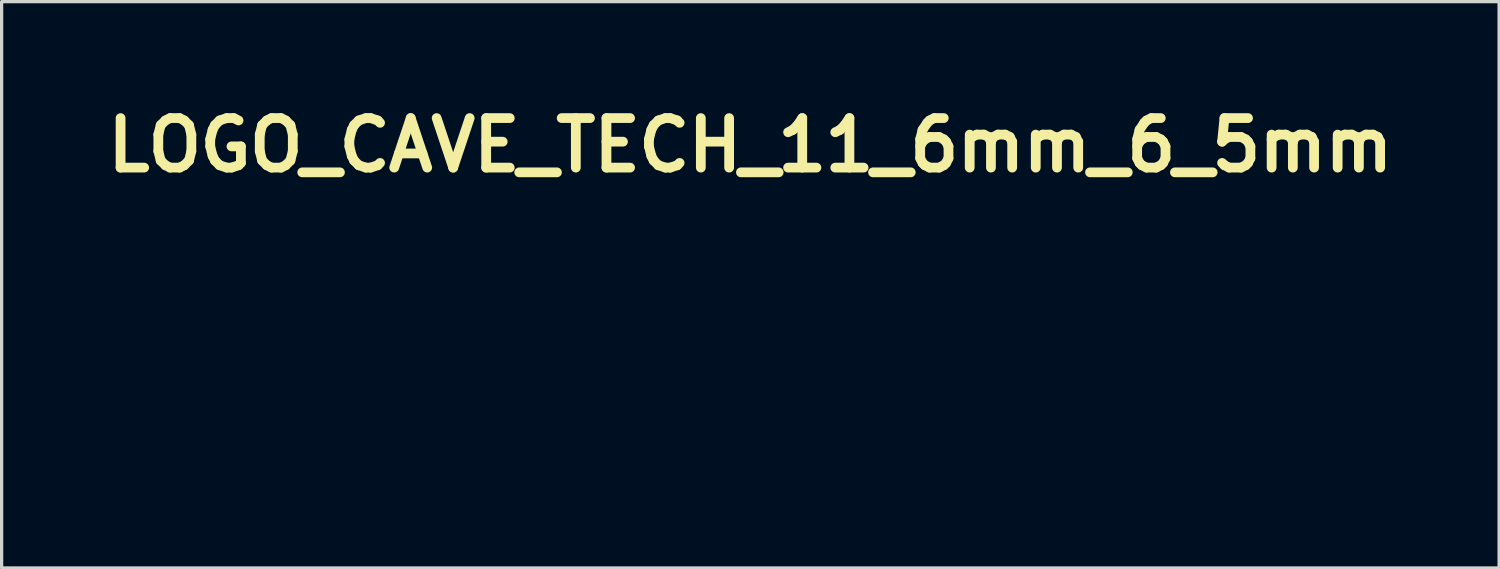
<source format=kicad_pcb>
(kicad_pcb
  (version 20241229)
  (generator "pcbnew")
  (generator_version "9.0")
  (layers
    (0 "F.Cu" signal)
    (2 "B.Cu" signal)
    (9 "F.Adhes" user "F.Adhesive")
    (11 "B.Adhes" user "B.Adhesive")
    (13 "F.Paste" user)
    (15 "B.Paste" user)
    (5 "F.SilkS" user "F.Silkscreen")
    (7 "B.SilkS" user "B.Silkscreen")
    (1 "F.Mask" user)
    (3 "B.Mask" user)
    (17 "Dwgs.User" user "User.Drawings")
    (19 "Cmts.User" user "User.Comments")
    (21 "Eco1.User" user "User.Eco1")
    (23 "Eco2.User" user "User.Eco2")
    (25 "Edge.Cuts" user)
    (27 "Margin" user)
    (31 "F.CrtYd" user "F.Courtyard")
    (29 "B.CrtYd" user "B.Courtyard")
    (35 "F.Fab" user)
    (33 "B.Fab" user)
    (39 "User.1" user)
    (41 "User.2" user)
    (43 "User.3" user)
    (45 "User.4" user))
  (footprint "LOGO_CAVE_TECH_11_6mm_6_5mm"
    (layer "F.Cu")
    (at 20.037 8.168)
    (property "Reference" "LOGO_CAVE_TECH_11_6mm_6_5mm" (at 0 -6.75 0) (layer "F.SilkS") (effects (font (size 1.524 1.524) (thickness 0.3))))
    (attr through_hole)
    (fp_poly (pts (xy 2.671 -0.224) (xy 2.487 -0.223) (xy 2.433 -0.223) (xy 2.384 -0.222) (xy 2.344 -0.221) (xy 2.315 -0.219) (xy 2.299 -0.218) (xy 2.297 -0.217) (xy 2.295 -0.207) (xy 2.294 -0.184) (xy 2.292 -0.151) (xy 2.291 -0.111) (xy 2.291 -0.108) (xy 2.29 -0.004) (xy 2.612 -0.004) (xy 2.612 0.106) (xy 2.29 0.106) (xy 2.291 0.206) (xy 2.292 0.245) (xy 2.293 0.278) (xy 2.295 0.301) (xy 2.297 0.31) (xy 2.307 0.312) (xy 2.331 0.313) (xy 2.367 0.314) (xy 2.412 0.315) (xy 2.464 0.316) (xy 2.487 0.316) (xy 2.671 0.318) (xy 2.671 0.428) (xy 2.42 0.43) (xy 2.17 0.432) (xy 2.171 0.049) (xy 2.172 -0.334) (xy 2.671 -0.334) (xy 2.671 -0.224)) (stroke (width 0.01) (type solid)) (fill yes) (layer "F.Mask"))
    (fp_poly (pts (xy 4.111 -0.224) (xy 3.926 -0.223) (xy 3.872 -0.223) (xy 3.824 -0.222) (xy 3.784 -0.221) (xy 3.754 -0.219) (xy 3.739 -0.218) (xy 3.737 -0.217) (xy 3.735 -0.207) (xy 3.733 -0.184) (xy 3.731 -0.151) (xy 3.731 -0.111) (xy 3.731 -0.108) (xy 3.73 -0.004) (xy 4.051 -0.004) (xy 4.051 0.106) (xy 3.73 0.106) (xy 3.73 0.206) (xy 3.731 0.245) (xy 3.733 0.278) (xy 3.734 0.301) (xy 3.736 0.31) (xy 3.746 0.312) (xy 3.77 0.313) (xy 3.806 0.314) (xy 3.851 0.315) (xy 3.903 0.316) (xy 3.926 0.316) (xy 4.111 0.318) (xy 4.111 0.428) (xy 3.86 0.43) (xy 3.609 0.432) (xy 3.61 0.049) (xy 3.611 -0.334) (xy 4.111 -0.334) (xy 4.111 -0.224)) (stroke (width 0.01) (type solid)) (fill yes) (layer "F.Mask"))
    (fp_poly (pts (xy 3.334 -0.337) (xy 3.393 -0.337) (xy 3.439 -0.336) (xy 3.474 -0.336) (xy 3.498 -0.334) (xy 3.515 -0.333) (xy 3.525 -0.33) (xy 3.53 -0.327) (xy 3.533 -0.323) (xy 3.534 -0.319) (xy 3.537 -0.298) (xy 3.539 -0.271) (xy 3.539 -0.269) (xy 3.537 -0.249) (xy 3.53 -0.236) (xy 3.515 -0.227) (xy 3.49 -0.223) (xy 3.452 -0.222) (xy 3.417 -0.222) (xy 3.327 -0.224) (xy 3.327 -0.195) (xy 3.327 -0.179) (xy 3.327 -0.149) (xy 3.326 -0.107) (xy 3.326 -0.054) (xy 3.326 0.008) (xy 3.326 0.075) (xy 3.326 0.133) (xy 3.326 0.432) (xy 3.202 0.432) (xy 3.202 0.11) (xy 3.202 0.038) (xy 3.202 -0.029) (xy 3.201 -0.089) (xy 3.2 -0.14) (xy 3.199 -0.179) (xy 3.198 -0.206) (xy 3.197 -0.218) (xy 3.197 -0.218) (xy 3.187 -0.22) (xy 3.163 -0.222) (xy 3.129 -0.223) (xy 3.09 -0.222) (xy 2.989 -0.221) (xy 2.989 -0.337) (xy 3.259 -0.337) (xy 3.334 -0.337)) (stroke (width 0.01) (type solid)) (fill yes) (layer "F.Mask"))
    (fp_poly (pts (xy 5.453 0.432) (xy 5.334 0.432) (xy 5.334 0.11) (xy 5.029 0.11) (xy 5.028 0.138) (xy 5.028 0.156) (xy 5.028 0.187) (xy 5.028 0.227) (xy 5.028 0.274) (xy 5.028 0.298) (xy 5.028 0.432) (xy 4.97 0.432) (xy 4.939 0.431) (xy 4.922 0.429) (xy 4.913 0.424) (xy 4.909 0.414) (xy 4.908 0.409) (xy 4.906 0.394) (xy 4.905 0.365) (xy 4.904 0.324) (xy 4.904 0.273) (xy 4.904 0.214) (xy 4.903 0.15) (xy 4.903 0.082) (xy 4.904 0.013) (xy 4.904 -0.055) (xy 4.905 -0.12) (xy 4.905 -0.18) (xy 4.906 -0.233) (xy 4.907 -0.276) (xy 4.908 -0.308) (xy 4.909 -0.326) (xy 4.91 -0.329) (xy 4.923 -0.335) (xy 4.952 -0.337) (xy 4.971 -0.337) (xy 5.025 -0.334) (xy 5.026 -0.203) (xy 5.027 -0.155) (xy 5.028 -0.11) (xy 5.028 -0.072) (xy 5.028 -0.045) (xy 5.029 -0.038) (xy 5.029 -0.004) (xy 5.171 -0.006) (xy 5.219 -0.006) (xy 5.261 -0.007) (xy 5.295 -0.007) (xy 5.317 -0.008) (xy 5.323 -0.008) (xy 5.327 -0.012) (xy 5.33 -0.026) (xy 5.332 -0.05) (xy 5.333 -0.087) (xy 5.334 -0.138) (xy 5.334 -0.174) (xy 5.334 -0.339) (xy 5.453 -0.339) (xy 5.453 0.432)) (stroke (width 0.01) (type solid)) (fill yes) (layer "F.Mask"))
    (fp_poly (pts (xy 0.526 -0.335) (xy 0.582 -0.311) (xy 0.632 -0.274) (xy 0.673 -0.227) (xy 0.701 -0.175) (xy 0.71 -0.145) (xy 0.718 -0.11) (xy 0.594 -0.11) (xy 0.585 -0.138) (xy 0.567 -0.168) (xy 0.538 -0.195) (xy 0.501 -0.216) (xy 0.463 -0.227) (xy 0.458 -0.227) (xy 0.428 -0.227) (xy 0.402 -0.219) (xy 0.379 -0.206) (xy 0.357 -0.19) (xy 0.339 -0.173) (xy 0.327 -0.152) (xy 0.318 -0.125) (xy 0.312 -0.089) (xy 0.309 -0.042) (xy 0.307 0.02) (xy 0.306 0.03) (xy 0.306 0.099) (xy 0.307 0.154) (xy 0.312 0.196) (xy 0.319 0.229) (xy 0.331 0.255) (xy 0.347 0.276) (xy 0.368 0.294) (xy 0.393 0.311) (xy 0.417 0.319) (xy 0.447 0.321) (xy 0.45 0.321) (xy 0.498 0.313) (xy 0.54 0.291) (xy 0.571 0.255) (xy 0.58 0.239) (xy 0.597 0.203) (xy 0.656 0.205) (xy 0.687 0.207) (xy 0.705 0.209) (xy 0.712 0.214) (xy 0.713 0.223) (xy 0.713 0.229) (xy 0.699 0.275) (xy 0.672 0.321) (xy 0.636 0.364) (xy 0.594 0.4) (xy 0.548 0.424) (xy 0.537 0.427) (xy 0.482 0.438) (xy 0.425 0.438) (xy 0.373 0.43) (xy 0.368 0.428) (xy 0.308 0.402) (xy 0.259 0.364) (xy 0.222 0.315) (xy 0.216 0.304) (xy 0.203 0.274) (xy 0.193 0.242) (xy 0.186 0.206) (xy 0.182 0.163) (xy 0.181 0.109) (xy 0.181 0.043) (xy 0.181 0.021) (xy 0.184 -0.046) (xy 0.187 -0.099) (xy 0.193 -0.142) (xy 0.202 -0.176) (xy 0.214 -0.206) (xy 0.231 -0.233) (xy 0.25 -0.258) (xy 0.292 -0.297) (xy 0.345 -0.325) (xy 0.404 -0.341) (xy 0.466 -0.345) (xy 0.526 -0.335)) (stroke (width 0.01) (type solid)) (fill yes) (layer "F.Mask"))
    (fp_poly (pts (xy 4.574 -0.335) (xy 4.629 -0.311) (xy 4.679 -0.274) (xy 4.72 -0.227) (xy 4.748 -0.175) (xy 4.757 -0.145) (xy 4.765 -0.11) (xy 4.641 -0.11) (xy 4.632 -0.138) (xy 4.614 -0.168) (xy 4.585 -0.195) (xy 4.548 -0.216) (xy 4.51 -0.227) (xy 4.505 -0.227) (xy 4.475 -0.227) (xy 4.449 -0.219) (xy 4.426 -0.206) (xy 4.404 -0.19) (xy 4.386 -0.173) (xy 4.374 -0.152) (xy 4.365 -0.125) (xy 4.359 -0.089) (xy 4.356 -0.042) (xy 4.354 0.02) (xy 4.353 0.03) (xy 4.353 0.099) (xy 4.354 0.154) (xy 4.359 0.196) (xy 4.366 0.229) (xy 4.378 0.255) (xy 4.394 0.276) (xy 4.415 0.294) (xy 4.44 0.311) (xy 4.464 0.319) (xy 4.494 0.321) (xy 4.497 0.321) (xy 4.545 0.313) (xy 4.587 0.291) (xy 4.618 0.255) (xy 4.627 0.239) (xy 4.644 0.203) (xy 4.703 0.205) (xy 4.734 0.207) (xy 4.752 0.209) (xy 4.759 0.214) (xy 4.76 0.223) (xy 4.76 0.229) (xy 4.746 0.275) (xy 4.72 0.321) (xy 4.683 0.364) (xy 4.641 0.4) (xy 4.595 0.424) (xy 4.584 0.427) (xy 4.529 0.438) (xy 4.472 0.438) (xy 4.42 0.43) (xy 4.415 0.428) (xy 4.355 0.402) (xy 4.306 0.364) (xy 4.269 0.315) (xy 4.263 0.304) (xy 4.25 0.274) (xy 4.24 0.242) (xy 4.233 0.206) (xy 4.229 0.163) (xy 4.228 0.109) (xy 4.228 0.043) (xy 4.229 0.021) (xy 4.231 -0.046) (xy 4.234 -0.099) (xy 4.24 -0.142) (xy 4.249 -0.176) (xy 4.261 -0.206) (xy 4.278 -0.233) (xy 4.297 -0.258) (xy 4.339 -0.297) (xy 4.392 -0.325) (xy 4.451 -0.341) (xy 4.513 -0.345) (xy 4.574 -0.335)) (stroke (width 0.01) (type solid)) (fill yes) (layer "F.Mask"))
    (fp_poly (pts (xy 1.159 -0.332) (xy 1.172 -0.319) (xy 1.183 -0.293) (xy 1.188 -0.279) (xy 1.199 -0.248) (xy 1.212 -0.217) (xy 1.214 -0.21) (xy 1.223 -0.189) (xy 1.228 -0.175) (xy 1.228 -0.174) (xy 1.231 -0.164) (xy 1.239 -0.145) (xy 1.241 -0.14) (xy 1.249 -0.119) (xy 1.253 -0.106) (xy 1.253 -0.104) (xy 1.256 -0.093) (xy 1.264 -0.071) (xy 1.275 -0.041) (xy 1.288 -0.008) (xy 1.3 0.021) (xy 1.31 0.049) (xy 1.317 0.072) (xy 1.323 0.093) (xy 1.329 0.106) (xy 1.336 0.119) (xy 1.343 0.141) (xy 1.346 0.148) (xy 1.354 0.174) (xy 1.362 0.196) (xy 1.363 0.199) (xy 1.37 0.215) (xy 1.38 0.241) (xy 1.392 0.271) (xy 1.403 0.302) (xy 1.412 0.327) (xy 1.417 0.342) (xy 1.418 0.343) (xy 1.422 0.357) (xy 1.428 0.373) (xy 1.44 0.402) (xy 1.444 0.42) (xy 1.438 0.429) (xy 1.42 0.432) (xy 1.388 0.432) (xy 1.322 0.432) (xy 1.308 0.392) (xy 1.297 0.362) (xy 1.286 0.334) (xy 1.283 0.326) (xy 1.273 0.302) (xy 1.267 0.284) (xy 1.264 0.277) (xy 1.259 0.273) (xy 1.248 0.27) (xy 1.23 0.268) (xy 1.202 0.268) (xy 1.161 0.267) (xy 1.117 0.268) (xy 0.971 0.268) (xy 0.959 0.297) (xy 0.949 0.323) (xy 0.938 0.355) (xy 0.934 0.368) (xy 0.923 0.4) (xy 0.912 0.419) (xy 0.897 0.428) (xy 0.871 0.431) (xy 0.846 0.432) (xy 0.814 0.431) (xy 0.796 0.429) (xy 0.789 0.423) (xy 0.787 0.418) (xy 0.791 0.401) (xy 0.799 0.379) (xy 0.799 0.378) (xy 0.811 0.351) (xy 0.82 0.326) (xy 0.826 0.307) (xy 0.837 0.278) (xy 0.85 0.241) (xy 0.86 0.216) (xy 0.875 0.175) (xy 0.883 0.152) (xy 1.009 0.152) (xy 1.115 0.152) (xy 1.159 0.152) (xy 1.189 0.152) (xy 1.207 0.15) (xy 1.215 0.147) (xy 1.218 0.142) (xy 1.217 0.134) (xy 1.216 0.133) (xy 1.211 0.114) (xy 1.201 0.083) (xy 1.189 0.046) (xy 1.175 0.007) (xy 1.162 -0.03) (xy 1.151 -0.059) (xy 1.146 -0.073) (xy 1.136 -0.101) (xy 1.129 -0.126) (xy 1.124 -0.144) (xy 1.119 -0.152) (xy 1.119 -0.152) (xy 1.112 -0.145) (xy 1.103 -0.126) (xy 1.094 -0.1) (xy 1.088 -0.08) (xy 1.08 -0.053) (xy 1.072 -0.03) (xy 1.059 0.003) (xy 1.045 0.043) (xy 1.028 0.095) (xy 1.025 0.104) (xy 1.009 0.152) (xy 0.883 0.152) (xy 0.89 0.134) (xy 0.902 0.099) (xy 0.907 0.085) (xy 0.917 0.058) (xy 0.927 0.038) (xy 0.932 0.03) (xy 0.939 0.015) (xy 0.94 0.007) (xy 0.943 -0.01) (xy 0.952 -0.034) (xy 0.956 -0.045) (xy 0.967 -0.071) (xy 0.976 -0.096) (xy 0.978 -0.102) (xy 0.986 -0.125) (xy 0.995 -0.148) (xy 1.008 -0.18) (xy 1.023 -0.222) (xy 1.04 -0.269) (xy 1.05 -0.296) (xy 1.063 -0.334) (xy 1.11 -0.337) (xy 1.14 -0.337) (xy 1.159 -0.332)) (stroke (width 0.01) (type solid)) (fill yes) (layer "F.Mask"))
    (fp_poly (pts (xy 2.044 -0.338) (xy 2.062 -0.337) (xy 2.071 -0.332) (xy 2.074 -0.325) (xy 2.074 -0.319) (xy 2.072 -0.304) (xy 2.064 -0.276) (xy 2.054 -0.242) (xy 2.045 -0.214) (xy 2.033 -0.178) (xy 2.023 -0.147) (xy 2.017 -0.126) (xy 2.015 -0.118) (xy 2.012 -0.104) (xy 2.004 -0.083) (xy 2.004 -0.082) (xy 1.995 -0.06) (xy 1.985 -0.029) (xy 1.974 0.005) (xy 1.973 0.008) (xy 1.962 0.043) (xy 1.952 0.074) (xy 1.944 0.096) (xy 1.943 0.097) (xy 1.936 0.117) (xy 1.926 0.147) (xy 1.915 0.183) (xy 1.91 0.199) (xy 1.899 0.234) (xy 1.889 0.264) (xy 1.881 0.285) (xy 1.879 0.29) (xy 1.872 0.309) (xy 1.871 0.318) (xy 1.868 0.335) (xy 1.86 0.357) (xy 1.859 0.359) (xy 1.849 0.385) (xy 1.842 0.409) (xy 1.839 0.421) (xy 1.832 0.428) (xy 1.818 0.431) (xy 1.793 0.432) (xy 1.779 0.432) (xy 1.721 0.432) (xy 1.702 0.37) (xy 1.691 0.337) (xy 1.68 0.306) (xy 1.672 0.284) (xy 1.672 0.284) (xy 1.662 0.258) (xy 1.657 0.237) (xy 1.651 0.212) (xy 1.645 0.195) (xy 1.639 0.176) (xy 1.629 0.148) (xy 1.619 0.114) (xy 1.617 0.11) (xy 1.606 0.075) (xy 1.595 0.043) (xy 1.586 0.02) (xy 1.586 0.019) (xy 1.577 -0.006) (xy 1.571 -0.027) (xy 1.571 -0.028) (xy 1.566 -0.048) (xy 1.557 -0.073) (xy 1.555 -0.078) (xy 1.546 -0.102) (xy 1.541 -0.122) (xy 1.541 -0.125) (xy 1.537 -0.144) (xy 1.528 -0.166) (xy 1.519 -0.189) (xy 1.513 -0.208) (xy 1.509 -0.226) (xy 1.506 -0.233) (xy 1.501 -0.244) (xy 1.494 -0.265) (xy 1.486 -0.291) (xy 1.478 -0.315) (xy 1.474 -0.332) (xy 1.473 -0.336) (xy 1.481 -0.337) (xy 1.502 -0.338) (xy 1.531 -0.337) (xy 1.538 -0.337) (xy 1.603 -0.334) (xy 1.624 -0.262) (xy 1.634 -0.228) (xy 1.643 -0.199) (xy 1.65 -0.18) (xy 1.651 -0.177) (xy 1.657 -0.16) (xy 1.663 -0.135) (xy 1.664 -0.13) (xy 1.67 -0.107) (xy 1.675 -0.091) (xy 1.677 -0.089) (xy 1.683 -0.075) (xy 1.689 -0.054) (xy 1.69 -0.051) (xy 1.695 -0.029) (xy 1.698 -0.015) (xy 1.703 -0.004) (xy 1.709 0.011) (xy 1.716 0.031) (xy 1.719 0.043) (xy 1.721 0.055) (xy 1.728 0.077) (xy 1.735 0.099) (xy 1.746 0.133) (xy 1.756 0.168) (xy 1.761 0.184) (xy 1.77 0.207) (xy 1.779 0.219) (xy 1.785 0.219) (xy 1.786 0.207) (xy 1.79 0.189) (xy 1.794 0.18) (xy 1.8 0.164) (xy 1.809 0.138) (xy 1.816 0.114) (xy 1.826 0.08) (xy 1.836 0.047) (xy 1.842 0.03) (xy 1.85 0.002) (xy 1.857 -0.023) (xy 1.858 -0.027) (xy 1.865 -0.053) (xy 1.873 -0.074) (xy 1.881 -0.098) (xy 1.885 -0.117) (xy 1.891 -0.14) (xy 1.898 -0.159) (xy 1.905 -0.175) (xy 1.909 -0.186) (xy 1.912 -0.2) (xy 1.917 -0.22) (xy 1.923 -0.242) (xy 1.93 -0.257) (xy 1.93 -0.258) (xy 1.936 -0.271) (xy 1.941 -0.294) (xy 1.943 -0.303) (xy 1.949 -0.339) (xy 2.012 -0.339) (xy 2.044 -0.338)) (stroke (width 0.01) (type solid)) (fill yes) (layer "F.Mask"))
    (fp_poly (pts (xy -2.65 -3.243) (xy -2.433 -3.243) (xy -2.222 -3.243) (xy -2.016 -3.242) (xy -1.817 -3.242) (xy -1.624 -3.242) (xy -1.439 -3.242) (xy -1.261 -3.242) (xy -1.093 -3.241) (xy -0.934 -3.241) (xy -0.784 -3.241) (xy -0.645 -3.24) (xy -0.517 -3.24) (xy -0.401 -3.24) (xy -0.298 -3.239) (xy -0.207 -3.239) (xy -0.13 -3.238) (xy -0.067 -3.238) (xy -0.018 -3.238) (xy 0.015 -3.237) (xy 0.032 -3.237) (xy 0.034 -3.236) (xy 0.035 -3.226) (xy 0.038 -3.202) (xy 0.042 -3.168) (xy 0.047 -3.126) (xy 0.05 -3.103) (xy 0.059 -3.032) (xy 0.067 -2.966) (xy 0.073 -2.905) (xy 0.078 -2.846) (xy 0.081 -2.785) (xy 0.084 -2.72) (xy 0.086 -2.65) (xy 0.088 -2.571) (xy 0.089 -2.481) (xy 0.089 -2.378) (xy 0.089 -2.333) (xy 0.089 -2.228) (xy 0.088 -2.138) (xy 0.087 -2.059) (xy 0.086 -1.99) (xy 0.084 -1.927) (xy 0.081 -1.868) (xy 0.077 -1.811) (xy 0.072 -1.753) (xy 0.066 -1.691) (xy 0.058 -1.623) (xy 0.054 -1.587) (xy 0.019 -1.33) (xy -0.026 -1.072) (xy -0.08 -0.819) (xy -0.143 -0.576) (xy -0.145 -0.567) (xy -0.244 -0.25) (xy -0.357 0.059) (xy -0.486 0.362) (xy -0.629 0.657) (xy -0.786 0.943) (xy -0.958 1.221) (xy -1.143 1.489) (xy -1.341 1.748) (xy -1.553 1.997) (xy -1.776 2.235) (xy -2.013 2.462) (xy -2.261 2.678) (xy -2.52 2.882) (xy -2.791 3.074) (xy -2.963 3.185) (xy -3.068 3.251) (xy -5.774 3.251) (xy -5.774 -0.265) (xy -5.426 -0.265) (xy -5.426 -0.201) (xy -5.425 -0.147) (xy -5.425 -0.103) (xy -5.424 -0.071) (xy -5.424 -0.054) (xy -5.423 -0.051) (xy -5.414 -0.049) (xy -5.391 -0.043) (xy -5.357 -0.035) (xy -5.314 -0.024) (xy -5.268 -0.012) (xy -5.214 0.002) (xy -5.147 0.019) (xy -5.075 0.037) (xy -5.002 0.056) (xy -4.933 0.074) (xy -4.919 0.077) (xy -4.819 0.103) (xy -4.734 0.124) (xy -4.664 0.143) (xy -4.606 0.158) (xy -4.559 0.17) (xy -4.522 0.18) (xy -4.495 0.188) (xy -4.475 0.194) (xy -4.461 0.199) (xy -4.452 0.203) (xy -4.448 0.206) (xy -4.448 0.206) (xy -4.441 0.217) (xy -4.429 0.241) (xy -4.415 0.274) (xy -4.4 0.309) (xy -4.384 0.348) (xy -4.364 0.398) (xy -4.341 0.454) (xy -4.317 0.512) (xy -4.297 0.559) (xy -4.275 0.613) (xy -4.252 0.668) (xy -4.232 0.72) (xy -4.214 0.763) (xy -4.202 0.793) (xy -4.172 0.871) (xy -4.23 0.945) (xy -4.262 0.986) (xy -4.298 1.032) (xy -4.332 1.076) (xy -4.345 1.092) (xy -4.365 1.118) (xy -4.394 1.155) (xy -4.429 1.2) (xy -4.468 1.251) (xy -4.51 1.304) (xy -4.552 1.359) (xy -4.552 1.359) (xy -4.594 1.412) (xy -4.634 1.464) (xy -4.671 1.512) (xy -4.704 1.554) (xy -4.73 1.587) (xy -4.748 1.61) (xy -4.749 1.611) (xy -4.769 1.637) (xy -4.783 1.659) (xy -4.791 1.673) (xy -4.791 1.676) (xy -4.784 1.685) (xy -4.766 1.705) (xy -4.74 1.734) (xy -4.707 1.77) (xy -4.668 1.812) (xy -4.624 1.858) (xy -4.578 1.906) (xy -4.53 1.956) (xy -4.482 2.006) (xy -4.435 2.054) (xy -4.391 2.098) (xy -4.352 2.138) (xy -4.319 2.172) (xy -4.292 2.197) (xy -4.275 2.213) (xy -4.268 2.218) (xy -4.255 2.214) (xy -4.233 2.201) (xy -4.204 2.183) (xy -4.182 2.169) (xy -4.103 2.115) (xy -4.023 2.06) (xy -3.942 2.005) (xy -3.863 1.951) (xy -3.786 1.899) (xy -3.712 1.85) (xy -3.644 1.805) (xy -3.581 1.763) (xy -3.526 1.727) (xy -3.48 1.697) (xy -3.443 1.674) (xy -3.418 1.658) (xy -3.405 1.651) (xy -3.403 1.651) (xy -3.391 1.654) (xy -3.366 1.664) (xy -3.332 1.678) (xy -3.291 1.696) (xy -3.26 1.71) (xy -3.218 1.73) (xy -3.181 1.747) (xy -3.152 1.76) (xy -3.134 1.768) (xy -3.129 1.77) (xy -3.121 1.773) (xy -3.1 1.782) (xy -3.068 1.796) (xy -3.029 1.813) (xy -2.983 1.833) (xy -2.935 1.854) (xy -2.886 1.876) (xy -2.839 1.897) (xy -2.797 1.916) (xy -2.767 1.93) (xy -2.743 1.941) (xy -2.727 1.952) (xy -2.722 1.955) (xy -2.718 1.967) (xy -2.711 1.994) (xy -2.701 2.037) (xy -2.687 2.096) (xy -2.67 2.171) (xy -2.654 2.244) (xy -2.646 2.279) (xy -2.635 2.328) (xy -2.622 2.384) (xy -2.608 2.445) (xy -2.594 2.506) (xy -2.591 2.518) (xy -2.579 2.572) (xy -2.568 2.62) (xy -2.559 2.659) (xy -2.552 2.688) (xy -2.549 2.704) (xy -2.548 2.707) (xy -2.547 2.709) (xy -2.541 2.706) (xy -2.528 2.698) (xy -2.508 2.683) (xy -2.479 2.66) (xy -2.438 2.627) (xy -2.428 2.619) (xy -2.178 2.407) (xy -1.942 2.188) (xy -1.72 1.959) (xy -1.511 1.72) (xy -1.315 1.472) (xy -1.302 1.455) (xy -1.269 1.41) (xy -1.234 1.361) (xy -1.198 1.311) (xy -1.164 1.263) (xy -1.132 1.217) (xy -1.104 1.177) (xy -1.082 1.143) (xy -1.066 1.119) (xy -1.059 1.106) (xy -1.058 1.104) (xy -1.064 1.104) (xy -1.079 1.113) (xy -1.082 1.114) (xy -1.138 1.149) (xy -1.205 1.188) (xy -1.278 1.227) (xy -1.353 1.266) (xy -1.424 1.3) (xy -1.488 1.328) (xy -1.507 1.336) (xy -1.653 1.388) (xy -1.801 1.429) (xy -1.947 1.46) (xy -2.09 1.479) (xy -2.226 1.486) (xy -2.337 1.482) (xy -2.506 1.461) (xy -2.666 1.425) (xy -2.82 1.375) (xy -2.946 1.32) (xy -3.015 1.286) (xy -3.074 1.254) (xy -3.128 1.22) (xy -3.184 1.182) (xy -3.247 1.135) (xy -3.247 1.135) (xy -3.335 1.062) (xy -3.424 0.977) (xy -3.51 0.883) (xy -3.59 0.785) (xy -3.661 0.687) (xy -3.691 0.639) (xy -3.713 0.601) (xy -3.738 0.553) (xy -3.766 0.498) (xy -3.795 0.441) (xy -3.821 0.385) (xy -3.844 0.335) (xy -3.861 0.295) (xy -3.864 0.286) (xy -3.917 0.12) (xy -3.955 -0.051) (xy -3.978 -0.225) (xy -3.986 -0.401) (xy -3.979 -0.575) (xy -3.956 -0.747) (xy -3.929 -0.872) (xy -3.879 -1.034) (xy -3.813 -1.191) (xy -3.732 -1.344) (xy -3.636 -1.49) (xy -3.527 -1.63) (xy -3.405 -1.761) (xy -3.271 -1.882) (xy -3.173 -1.959) (xy -3.107 -2.007) (xy -3.107 -2.265) (xy -3.108 -2.348) (xy -3.108 -2.415) (xy -3.11 -2.466) (xy -3.112 -2.501) (xy -3.114 -2.52) (xy -3.116 -2.523) (xy -3.126 -2.519) (xy -3.149 -2.509) (xy -3.18 -2.495) (xy -3.218 -2.476) (xy -3.234 -2.468) (xy -3.274 -2.448) (xy -3.309 -2.432) (xy -3.337 -2.42) (xy -3.353 -2.414) (xy -3.356 -2.413) (xy -3.366 -2.417) (xy -3.388 -2.43) (xy -3.421 -2.449) (xy -3.461 -2.473) (xy -3.506 -2.501) (xy -3.536 -2.52) (xy -3.594 -2.557) (xy -3.656 -2.596) (xy -3.718 -2.636) (xy -3.776 -2.673) (xy -3.825 -2.704) (xy -3.831 -2.708) (xy -3.881 -2.739) (xy -3.935 -2.773) (xy -3.987 -2.806) (xy -4.032 -2.835) (xy -4.05 -2.846) (xy -4.085 -2.868) (xy -4.115 -2.885) (xy -4.137 -2.896) (xy -4.149 -2.899) (xy -4.15 -2.899) (xy -4.158 -2.892) (xy -4.178 -2.877) (xy -4.207 -2.854) (xy -4.242 -2.825) (xy -4.281 -2.793) (xy -4.283 -2.791) (xy -4.333 -2.75) (xy -4.39 -2.703) (xy -4.45 -2.653) (xy -4.508 -2.606) (xy -4.541 -2.579) (xy -4.581 -2.545) (xy -4.616 -2.515) (xy -4.645 -2.489) (xy -4.664 -2.47) (xy -4.673 -2.46) (xy -4.674 -2.459) (xy -4.669 -2.447) (xy -4.658 -2.425) (xy -4.642 -2.395) (xy -4.624 -2.364) (xy -4.599 -2.323) (xy -4.569 -2.273) (xy -4.539 -2.222) (xy -4.515 -2.18) (xy -4.489 -2.135) (xy -4.457 -2.081) (xy -4.424 -2.024) (xy -4.393 -1.971) (xy -4.384 -1.956) (xy -4.355 -1.905) (xy -4.322 -1.85) (xy -4.291 -1.796) (xy -4.263 -1.75) (xy -4.256 -1.737) (xy -4.235 -1.699) (xy -4.217 -1.665) (xy -4.205 -1.638) (xy -4.2 -1.621) (xy -4.199 -1.62) (xy -4.203 -1.605) (xy -4.211 -1.578) (xy -4.224 -1.542) (xy -4.24 -1.501) (xy -4.247 -1.484) (xy -4.269 -1.43) (xy -4.294 -1.369) (xy -4.319 -1.308) (xy -4.339 -1.257) (xy -4.372 -1.177) (xy -4.398 -1.112) (xy -4.42 -1.059) (xy -4.437 -1.018) (xy -4.45 -0.988) (xy -4.459 -0.967) (xy -4.465 -0.953) (xy -4.469 -0.947) (xy -4.47 -0.945) (xy -4.481 -0.941) (xy -4.508 -0.934) (xy -4.55 -0.925) (xy -4.608 -0.914) (xy -4.682 -0.901) (xy -4.772 -0.885) (xy -4.878 -0.867) (xy -5.001 -0.847) (xy -5.139 -0.825) (xy -5.192 -0.816) (xy -5.247 -0.807) (xy -5.297 -0.798) (xy -5.337 -0.791) (xy -5.347 -0.789) (xy -5.423 -0.774) (xy -5.425 -0.412) (xy -5.425 -0.336) (xy -5.426 -0.265) (xy -5.774 -0.265) (xy -5.774 -3.243) (xy -2.87 -3.243) (xy -2.65 -3.243)) (stroke (width 0.01) (type solid)) (fill yes) (layer "F.Mask")))
  (gr_rect
    (start -3 -3)
    (end 43.074 14.424)
    (stroke (width 0.1) (type default))
    (fill no)
    (layer "Edge.Cuts")))
</source>
